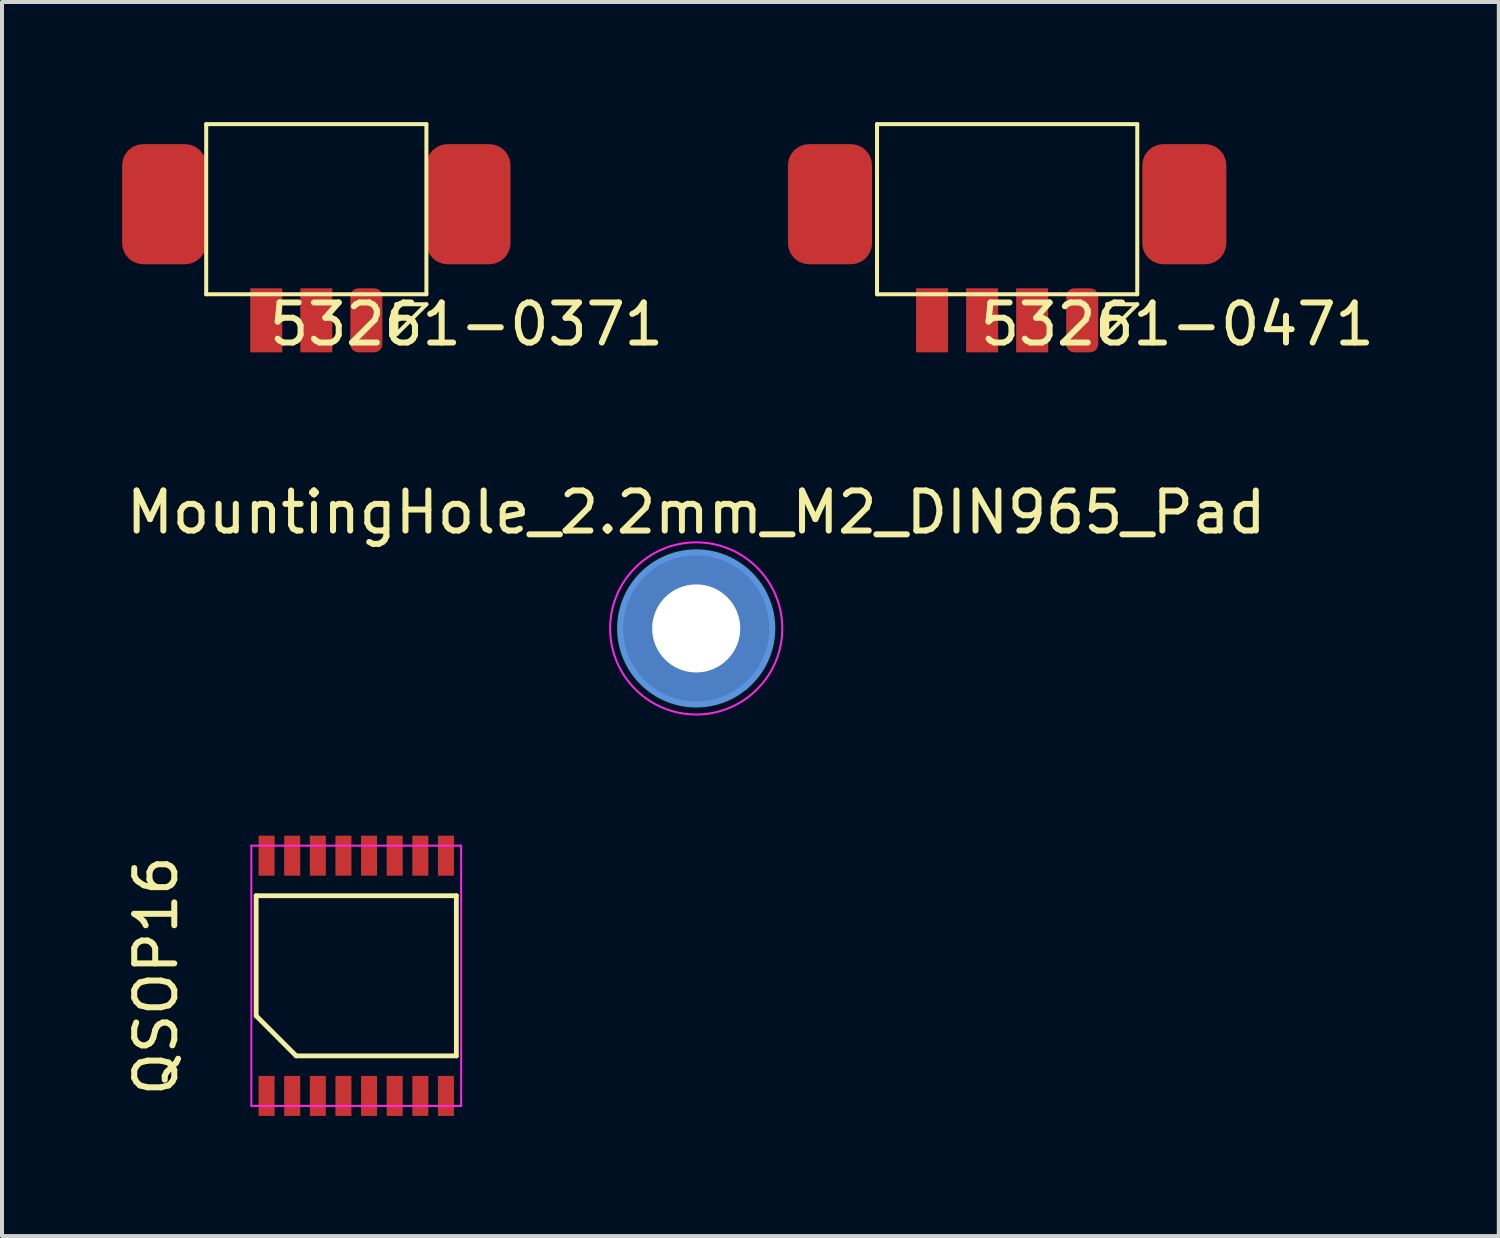
<source format=kicad_pcb>
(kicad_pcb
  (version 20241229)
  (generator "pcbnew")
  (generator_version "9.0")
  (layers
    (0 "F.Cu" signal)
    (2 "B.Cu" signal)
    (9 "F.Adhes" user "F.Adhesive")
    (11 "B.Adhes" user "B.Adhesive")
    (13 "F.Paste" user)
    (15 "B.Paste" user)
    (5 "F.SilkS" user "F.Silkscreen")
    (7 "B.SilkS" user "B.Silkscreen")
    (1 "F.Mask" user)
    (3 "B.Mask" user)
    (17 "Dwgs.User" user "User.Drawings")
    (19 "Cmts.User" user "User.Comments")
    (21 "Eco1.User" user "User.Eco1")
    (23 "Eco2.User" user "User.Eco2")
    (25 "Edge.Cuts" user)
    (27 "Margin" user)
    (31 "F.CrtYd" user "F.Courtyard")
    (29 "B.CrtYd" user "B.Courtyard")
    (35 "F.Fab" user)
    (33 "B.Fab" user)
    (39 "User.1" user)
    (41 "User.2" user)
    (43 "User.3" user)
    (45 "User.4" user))
  (footprint "53261-0371"
    (layer "F.Cu")
    (at 4.85 2.05)
    (property "Reference" "53261-0371" (at 3.75 3 0) (layer "F.SilkS") (effects (font (size 1 1) (thickness 0.15))))
    (attr through_hole)
    (fp_line (start -2.75 -2) (end -2.75 2.25) (stroke (width 0.1) (type solid)) (layer "F.SilkS"))
    (fp_line (start -2.75 2.25) (end 2.75 2.25) (stroke (width 0.1) (type solid)) (layer "F.SilkS"))
    (fp_line (start 2 2.5) (end 2 3.25) (stroke (width 0.1) (type solid)) (layer "F.SilkS"))
    (fp_line (start 2 3.25) (end 2.75 2.5) (stroke (width 0.1) (type solid)) (layer "F.SilkS"))
    (fp_line (start 2.75 -2) (end -2.75 -2) (stroke (width 0.1) (type solid)) (layer "F.SilkS"))
    (fp_line (start 2.75 2.25) (end 2.75 -2) (stroke (width 0.1) (type solid)) (layer "F.SilkS"))
    (fp_line (start 2.75 2.5) (end 2 2.5) (stroke (width 0.1) (type solid)) (layer "F.SilkS"))
    (pad "" connect roundrect (at -3.8 0) (size 2.1 3) (layers "F.Cu" "F.Mask") (roundrect_rratio 0.25))
    (pad "" connect roundrect (at 3.8 0) (size 2.1 3) (layers "F.Cu" "F.Mask") (roundrect_rratio 0.25))
    (pad "1" smd roundrect (at 1.25 2.9) (size 0.8 1.6) (layers "F.Cu" "F.Mask" "F.Paste") (roundrect_rratio 0.25))
    (pad "2" smd rect (at 0 2.9) (size 0.8 1.6) (layers "F.Cu" "F.Mask" "F.Paste"))
    (pad "3" smd rect (at -1.25 2.9) (size 0.8 1.6) (layers "F.Cu" "F.Mask" "F.Paste")))
  (footprint "QSOP16"
    (layer "F.Cu")
    (at 5.848 21.322)
    (property "Reference" "QSOP16" (at -5 0 90) (layer "F.SilkS") (effects (font (size 1 1) (thickness 0.15))))
    (attr smd)
    (fp_line (start -2.5 -2) (end 2.5 -2) (stroke (width 0.12) (type solid)) (layer "F.SilkS"))
    (fp_line (start -2.5 1) (end -2.5 -2) (stroke (width 0.12) (type solid)) (layer "F.SilkS"))
    (fp_line (start -1.5 2) (end -2.5 1) (stroke (width 0.12) (type solid)) (layer "F.SilkS"))
    (fp_line (start 2.5 -2) (end 2.5 2) (stroke (width 0.12) (type solid)) (layer "F.SilkS"))
    (fp_line (start 2.5 2) (end -1.5 2) (stroke (width 0.12) (type solid)) (layer "F.SilkS"))
    (fp_line (start -2.62 -3.25) (end 2.62 -3.25) (stroke (width 0.05) (type solid)) (layer "F.CrtYd"))
    (fp_line (start -2.62 3.25) (end -2.62 -3.25) (stroke (width 0.05) (type solid)) (layer "F.CrtYd"))
    (fp_line (start 2.62 -3.25) (end 2.62 3.25) (stroke (width 0.05) (type solid)) (layer "F.CrtYd"))
    (fp_line (start 2.62 3.25) (end -2.62 3.25) (stroke (width 0.05) (type solid)) (layer "F.CrtYd"))
    (pad "1" smd rect (at -2.24 3) (size 0.4 1) (layers "F.Cu" "F.Mask" "F.Paste"))
    (pad "2" smd rect (at -1.6 3) (size 0.4 1) (layers "F.Cu" "F.Mask" "F.Paste"))
    (pad "3" smd rect (at -0.96 3) (size 0.4 1) (layers "F.Cu" "F.Mask" "F.Paste"))
    (pad "4" smd rect (at -0.32 3) (size 0.4 1) (layers "F.Cu" "F.Mask" "F.Paste"))
    (pad "5" smd rect (at 0.32 3) (size 0.4 1) (layers "F.Cu" "F.Mask" "F.Paste"))
    (pad "6" smd rect (at 0.96 3) (size 0.4 1) (layers "F.Cu" "F.Mask" "F.Paste"))
    (pad "7" smd rect (at 1.6 3) (size 0.4 1) (layers "F.Cu" "F.Mask" "F.Paste"))
    (pad "8" smd rect (at 2.24 3) (size 0.4 1) (layers "F.Cu" "F.Mask" "F.Paste"))
    (pad "9" smd rect (at 2.24 -3) (size 0.4 1) (layers "F.Cu" "F.Mask" "F.Paste"))
    (pad "10" smd rect (at 1.6 -3) (size 0.4 1) (layers "F.Cu" "F.Mask" "F.Paste"))
    (pad "11" smd rect (at 0.96 -3) (size 0.4 1) (layers "F.Cu" "F.Mask" "F.Paste"))
    (pad "12" smd rect (at 0.32 -3) (size 0.4 1) (layers "F.Cu" "F.Mask" "F.Paste"))
    (pad "13" smd rect (at -0.32 -3) (size 0.4 1) (layers "F.Cu" "F.Mask" "F.Paste"))
    (pad "14" smd rect (at -0.96 -3) (size 0.4 1) (layers "F.Cu" "F.Mask" "F.Paste"))
    (pad "15" smd rect (at -1.6 -3) (size 0.4 1) (layers "F.Cu" "F.Mask" "F.Paste"))
    (pad "16" smd rect (at -2.24 -3) (size 0.4 1) (layers "F.Cu" "F.Mask" "F.Paste")))
  (footprint "MountingHole_2.2mm_M2_DIN965_Pad"
    (layer "F.Cu")
    (at 14.339 12.646)
    (property "Reference" "MountingHole_2.2mm_M2_DIN965_Pad" (at 0 -2.9 0) (layer "F.SilkS") (effects (font (size 1 1) (thickness 0.15))))
    (attr exclude_from_pos_files exclude_from_bom)
    (fp_circle (center 0 0) (end 1.9 0) (stroke (width 0.15) (type solid)) (fill no) (layer "Cmts.User"))
    (fp_circle (center 0 0) (end 2.15 0) (stroke (width 0.05) (type solid)) (fill no) (layer "F.CrtYd"))
    (pad "1" thru_hole circle (at 0 0) (size 3.8 3.8) (drill 2.2) (layers "*.Cu" "*.Mask")))
  (footprint "53261-0471"
    (layer "F.Cu")
    (at 22.105 2.05)
    (property "Reference" "53261-0471" (at 4.25 3 0) (layer "F.SilkS") (effects (font (size 1 1) (thickness 0.15))))
    (attr through_hole)
    (fp_line (start -3.25 -2) (end 3.25 -2) (stroke (width 0.1) (type solid)) (layer "F.SilkS"))
    (fp_line (start -3.25 2.25) (end -3.25 -2) (stroke (width 0.1) (type solid)) (layer "F.SilkS"))
    (fp_line (start 2.5 2.5) (end 2.5 3.25) (stroke (width 0.1) (type solid)) (layer "F.SilkS"))
    (fp_line (start 2.5 2.5) (end 3.25 2.5) (stroke (width 0.1) (type solid)) (layer "F.SilkS"))
    (fp_line (start 2.5 3.25) (end 3.25 2.5) (stroke (width 0.1) (type solid)) (layer "F.SilkS"))
    (fp_line (start 3.25 -2) (end 3.25 2.25) (stroke (width 0.1) (type solid)) (layer "F.SilkS"))
    (fp_line (start 3.25 2.25) (end -3.25 2.25) (stroke (width 0.1) (type solid)) (layer "F.SilkS"))
    (pad "" connect roundrect (at -4.425 0) (size 2.1 3) (layers "F.Cu" "F.Mask") (roundrect_rratio 0.25))
    (pad "" connect roundrect (at 4.425 0) (size 2.1 3) (layers "F.Cu" "F.Mask") (roundrect_rratio 0.25))
    (pad "1" connect roundrect (at 1.875 2.9) (size 0.8 1.6) (layers "F.Cu" "F.Mask") (roundrect_rratio 0.25))
    (pad "2" connect rect (at 0.625 2.9) (size 0.8 1.6) (layers "F.Cu" "F.Mask"))
    (pad "3" connect rect (at -0.625 2.9) (size 0.8 1.6) (layers "F.Cu" "F.Mask"))
    (pad "4" connect rect (at -1.875 2.9) (size 0.8 1.6) (layers "F.Cu" "F.Mask")))
  (gr_rect
    (start -3 -3)
    (end 34.385 27.822)
    (stroke (width 0.1) (type default))
    (fill no)
    (layer "Edge.Cuts")))
</source>
